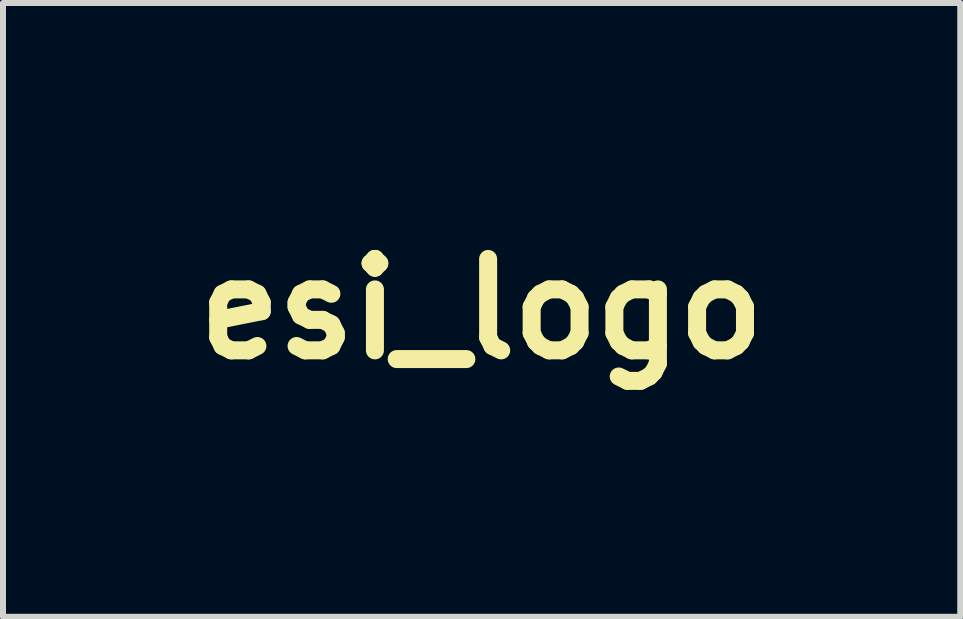
<source format=kicad_pcb>
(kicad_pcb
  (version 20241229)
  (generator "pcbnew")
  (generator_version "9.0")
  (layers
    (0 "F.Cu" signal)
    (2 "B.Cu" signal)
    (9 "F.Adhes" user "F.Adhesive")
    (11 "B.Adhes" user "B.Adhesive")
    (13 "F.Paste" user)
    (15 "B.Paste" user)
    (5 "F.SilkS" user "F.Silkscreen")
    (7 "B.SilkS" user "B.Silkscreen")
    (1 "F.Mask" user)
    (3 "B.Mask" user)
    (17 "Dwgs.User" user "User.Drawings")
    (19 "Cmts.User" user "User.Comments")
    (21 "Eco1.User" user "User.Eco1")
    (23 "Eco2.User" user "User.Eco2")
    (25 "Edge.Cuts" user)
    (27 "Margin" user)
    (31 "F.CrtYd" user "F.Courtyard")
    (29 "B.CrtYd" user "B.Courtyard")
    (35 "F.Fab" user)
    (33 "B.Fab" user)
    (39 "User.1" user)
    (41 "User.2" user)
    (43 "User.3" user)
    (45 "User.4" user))
  (footprint "esi_logo"
    (layer "F.Cu")
    (at 4.978 2.101)
    (property "Reference" "esi_logo" (at 0 0 0) (layer "F.SilkS") (effects (font (size 1.524 1.524) (thickness 0.3))))
    (attr through_hole)
    (fp_poly (pts (xy 1.925 -2.095) (xy 2.406 -2.095) (xy 2.83 -2.095) (xy 3.201 -2.094) (xy 3.523 -2.093) (xy 3.799 -2.092) (xy 4.032 -2.09) (xy 4.226 -2.088) (xy 4.385 -2.085) (xy 4.512 -2.082) (xy 4.61 -2.078) (xy 4.683 -2.074) (xy 4.734 -2.068) (xy 4.767 -2.062) (xy 4.786 -2.055) (xy 4.794 -2.047) (xy 4.794 -2.043) (xy 4.786 -1.987) (xy 4.764 -1.892) (xy 4.734 -1.781) (xy 4.708 -1.687) (xy 4.669 -1.545) (xy 4.62 -1.366) (xy 4.566 -1.164) (xy 4.509 -0.951) (xy 4.493 -0.889) (xy 4.39 -0.505) (xy 4.301 -0.176) (xy 4.225 0.102) (xy 4.159 0.334) (xy 4.101 0.527) (xy 4.05 0.685) (xy 4.003 0.814) (xy 3.96 0.919) (xy 3.917 1.007) (xy 3.873 1.081) (xy 3.827 1.148) (xy 3.777 1.213) (xy 3.77 1.221) (xy 3.495 1.509) (xy 3.185 1.75) (xy 2.869 1.926) (xy 2.804 1.956) (xy 2.745 1.984) (xy 2.688 2.008) (xy 2.63 2.029) (xy 2.567 2.047) (xy 2.495 2.064) (xy 2.411 2.077) (xy 2.31 2.089) (xy 2.189 2.098) (xy 2.044 2.106) (xy 1.871 2.112) (xy 1.667 2.117) (xy 1.428 2.121) (xy 1.15 2.123) (xy 0.829 2.125) (xy 0.461 2.126) (xy 0.044 2.127) (xy -0.428 2.127) (xy -0.957 2.127) (xy -1.262 2.127) (xy -1.728 2.127) (xy -2.175 2.126) (xy -2.601 2.126) (xy -3 2.125) (xy -3.368 2.125) (xy -3.703 2.124) (xy -3.999 2.123) (xy -4.252 2.121) (xy -4.46 2.12) (xy -4.616 2.119) (xy -4.718 2.117) (xy -4.761 2.116) (xy -4.763 2.115) (xy -4.755 2.083) (xy -4.732 1.996) (xy -4.697 1.862) (xy -4.651 1.688) (xy -4.596 1.481) (xy -4.533 1.247) (xy -4.475 1.028) (xy -4.42 0.823) (xy -3.421 0.823) (xy -3.399 0.97) (xy -3.346 1.094) (xy -3.261 1.202) (xy -3.233 1.229) (xy -3.198 1.261) (xy -3.165 1.289) (xy -3.128 1.313) (xy -3.083 1.333) (xy -3.025 1.349) (xy -2.949 1.362) (xy -2.851 1.373) (xy -2.725 1.381) (xy -2.567 1.387) (xy -2.372 1.391) (xy -2.136 1.393) (xy -1.852 1.395) (xy -1.517 1.395) (xy -1.126 1.396) (xy -0.912 1.396) (xy -0.502 1.396) (xy -0.151 1.396) (xy 0.147 1.395) (xy 0.397 1.394) (xy 0.602 1.392) (xy 0.77 1.39) (xy 0.904 1.386) (xy 1.009 1.382) (xy 1.091 1.376) (xy 1.155 1.368) (xy 1.2 1.36) (xy 2.318 1.36) (xy 2.344 1.379) (xy 2.426 1.391) (xy 2.566 1.397) (xy 2.629 1.397) (xy 2.939 1.397) (xy 2.998 1.183) (xy 3.035 1.044) (xy 3.08 0.878) (xy 3.123 0.717) (xy 3.128 0.699) (xy 3.171 0.539) (xy 3.221 0.352) (xy 3.269 0.17) (xy 3.283 0.119) (xy 3.318 -0.017) (xy 3.346 -0.133) (xy 3.362 -0.214) (xy 3.365 -0.239) (xy 3.357 -0.262) (xy 3.322 -0.275) (xy 3.252 -0.281) (xy 3.135 -0.281) (xy 3.057 -0.279) (xy 2.749 -0.27) (xy 2.664 0.032) (xy 2.615 0.209) (xy 2.562 0.402) (xy 2.508 0.602) (xy 2.457 0.797) (xy 2.41 0.978) (xy 2.37 1.136) (xy 2.339 1.259) (xy 2.321 1.337) (xy 2.318 1.36) (xy 1.2 1.36) (xy 1.205 1.359) (xy 1.246 1.349) (xy 1.284 1.337) (xy 1.288 1.335) (xy 1.508 1.235) (xy 1.694 1.103) (xy 1.846 0.948) (xy 1.96 0.777) (xy 2.035 0.596) (xy 2.069 0.415) (xy 2.059 0.239) (xy 2.003 0.076) (xy 1.9 -0.066) (xy 1.746 -0.18) (xy 1.73 -0.188) (xy 1.682 -0.212) (xy 1.637 -0.231) (xy 1.586 -0.246) (xy 1.522 -0.256) (xy 1.436 -0.264) (xy 1.32 -0.27) (xy 1.165 -0.274) (xy 0.964 -0.277) (xy 0.708 -0.28) (xy 0.686 -0.28) (xy 0.38 -0.282) (xy 0.135 -0.281) (xy -0.048 -0.277) (xy -0.169 -0.27) (xy -0.227 -0.26) (xy -0.232 -0.257) (xy -0.24 -0.213) (xy -0.213 -0.127) (xy -0.172 -0.041) (xy -0.109 0.071) (xy -0.044 0.145) (xy 0.045 0.205) (xy 0.093 0.23) (xy 0.163 0.264) (xy 0.226 0.288) (xy 0.295 0.303) (xy 0.383 0.312) (xy 0.504 0.316) (xy 0.671 0.317) (xy 0.736 0.317) (xy 0.92 0.318) (xy 1.052 0.321) (xy 1.142 0.328) (xy 1.201 0.339) (xy 1.24 0.356) (xy 1.27 0.381) (xy 1.322 0.471) (xy 1.32 0.573) (xy 1.27 0.671) (xy 1.177 0.754) (xy 1.122 0.782) (xy 1.068 0.792) (xy 0.958 0.8) (xy 0.799 0.807) (xy 0.598 0.813) (xy 0.363 0.819) (xy 0.1 0.823) (xy -0.183 0.826) (xy -0.479 0.828) (xy -0.782 0.829) (xy -1.083 0.829) (xy -1.375 0.827) (xy -1.652 0.825) (xy -1.907 0.821) (xy -2.132 0.817) (xy -2.319 0.811) (xy -2.463 0.804) (xy -2.555 0.795) (xy -2.586 0.789) (xy -2.656 0.738) (xy -2.687 0.663) (xy -2.68 0.55) (xy -2.664 0.475) (xy -2.623 0.318) (xy -0.954 0.318) (xy -0.904 0.135) (xy -0.87 0.017) (xy -0.839 -0.09) (xy -0.823 -0.141) (xy -0.809 -0.214) (xy -0.819 -0.26) (xy -0.819 -0.26) (xy -0.856 -0.266) (xy -0.949 -0.271) (xy -1.091 -0.275) (xy -1.275 -0.278) (xy -1.493 -0.279) (xy -1.739 -0.279) (xy -2.005 -0.278) (xy -2.015 -0.278) (xy -3.185 -0.27) (xy -3.306 0.159) (xy -3.374 0.426) (xy -3.413 0.644) (xy -3.421 0.823) (xy -4.42 0.823) (xy -4.403 0.761) (xy -4.334 0.501) (xy -4.268 0.256) (xy -4.21 0.037) (xy -4.161 -0.146) (xy -4.124 -0.285) (xy -4.107 -0.347) (xy -4.036 -0.575) (xy -3.95 -0.792) (xy -3.947 -0.799) (xy -2.985 -0.799) (xy -2.969 -0.789) (xy -2.921 -0.781) (xy -2.834 -0.775) (xy -2.705 -0.77) (xy -2.528 -0.768) (xy -2.3 -0.767) (xy -2.016 -0.768) (xy -1.821 -0.77) (xy -0.657 -0.778) (xy -0.654 -0.789) (xy -0.095 -0.789) (xy -0.064 -0.784) (xy 0.024 -0.78) (xy 0.165 -0.775) (xy 0.353 -0.771) (xy 0.581 -0.768) (xy 0.845 -0.765) (xy 1.138 -0.763) (xy 1.456 -0.762) (xy 1.711 -0.762) (xy 3.517 -0.762) (xy 3.594 -1.04) (xy 3.628 -1.164) (xy 3.652 -1.264) (xy 3.664 -1.324) (xy 3.664 -1.335) (xy 3.631 -1.34) (xy 3.542 -1.345) (xy 3.405 -1.349) (xy 3.228 -1.352) (xy 3.018 -1.355) (xy 2.783 -1.356) (xy 2.531 -1.357) (xy 2.27 -1.358) (xy 2.007 -1.358) (xy 1.75 -1.356) (xy 1.507 -1.355) (xy 1.286 -1.352) (xy 1.094 -1.349) (xy 0.939 -1.345) (xy 0.829 -1.34) (xy 0.778 -1.336) (xy 0.632 -1.304) (xy 0.479 -1.254) (xy 0.394 -1.217) (xy 0.301 -1.161) (xy 0.196 -1.085) (xy 0.091 -0.998) (xy -0.001 -0.913) (xy -0.067 -0.841) (xy -0.095 -0.792) (xy -0.095 -0.789) (xy -0.654 -0.789) (xy -0.586 -1.048) (xy -0.555 -1.171) (xy -0.535 -1.271) (xy -0.528 -1.332) (xy -0.529 -1.342) (xy -0.565 -1.35) (xy -0.653 -1.356) (xy -0.784 -1.36) (xy -0.948 -1.362) (xy -1.134 -1.362) (xy -1.331 -1.361) (xy -1.529 -1.359) (xy -1.719 -1.355) (xy -1.889 -1.349) (xy -2.029 -1.342) (xy -2.129 -1.334) (xy -2.153 -1.331) (xy -2.284 -1.301) (xy -2.427 -1.254) (xy -2.491 -1.227) (xy -2.587 -1.173) (xy -2.694 -1.098) (xy -2.801 -1.011) (xy -2.893 -0.925) (xy -2.959 -0.851) (xy -2.984 -0.8) (xy -2.985 -0.799) (xy -3.947 -0.799) (xy -3.856 -0.981) (xy -3.773 -1.111) (xy -3.586 -1.324) (xy -3.365 -1.527) (xy -3.125 -1.706) (xy -2.882 -1.852) (xy -2.678 -1.941) (xy -2.61 -1.965) (xy -2.546 -1.986) (xy -2.483 -2.005) (xy -2.415 -2.021) (xy -2.34 -2.035) (xy -2.254 -2.048) (xy -2.153 -2.058) (xy -2.032 -2.067) (xy -1.889 -2.075) (xy -1.718 -2.081) (xy -1.518 -2.085) (xy -1.282 -2.089) (xy -1.009 -2.091) (xy -0.693 -2.093) (xy -0.332 -2.094) (xy 0.08 -2.095) (xy 0.545 -2.095) (xy 1.067 -2.095) (xy 1.384 -2.096) (xy 1.925 -2.095)) (stroke (width 0.01) (type solid)) (fill yes) (layer "F.Mask")))
  (gr_rect
    (start -3 -3)
    (end 12.957 7.232)
    (stroke (width 0.1) (type default))
    (fill no)
    (layer "Edge.Cuts")))
</source>
